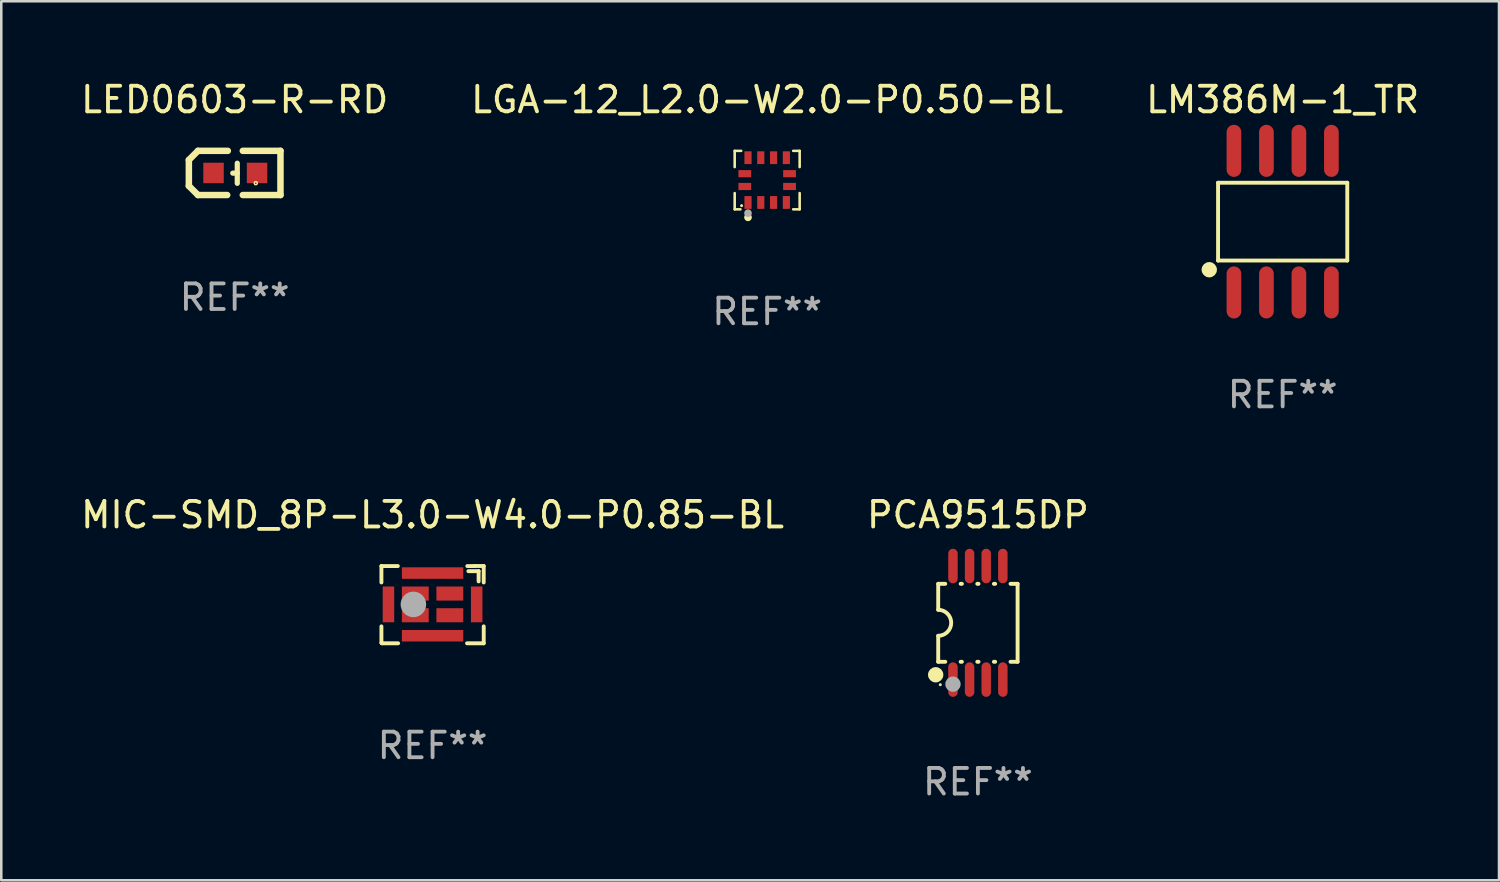
<source format=kicad_pcb>
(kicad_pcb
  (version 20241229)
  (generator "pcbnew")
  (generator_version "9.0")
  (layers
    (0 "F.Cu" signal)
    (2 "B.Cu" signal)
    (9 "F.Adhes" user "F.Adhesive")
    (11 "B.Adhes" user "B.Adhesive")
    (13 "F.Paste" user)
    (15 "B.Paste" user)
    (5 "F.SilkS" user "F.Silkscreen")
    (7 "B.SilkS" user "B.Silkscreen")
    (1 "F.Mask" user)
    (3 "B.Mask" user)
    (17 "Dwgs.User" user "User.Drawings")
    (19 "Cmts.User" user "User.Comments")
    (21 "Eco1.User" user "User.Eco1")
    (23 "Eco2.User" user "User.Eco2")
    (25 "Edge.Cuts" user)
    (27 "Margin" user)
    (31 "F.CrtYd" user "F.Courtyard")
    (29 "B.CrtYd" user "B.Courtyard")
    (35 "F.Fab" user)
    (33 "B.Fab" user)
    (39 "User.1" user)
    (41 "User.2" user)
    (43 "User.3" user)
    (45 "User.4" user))
  (footprint "MIC-SMD_8P-L3.0-W4.0-P0.85-BL"
    (layer "F.Cu")
    (at 13.863 20.591)
    (property "Reference" "MIC-SMD_8P-L3.0-W4.0-P0.85-BL" (at 0 -3.511 0) (layer "F.SilkS") (effects (font (size 1 1) (thickness 0.15))))
    (attr through_hole)
    (fp_line (start -2 -0.868) (end -2 -1.509) (stroke (width 0.152) (type solid)) (layer "F.SilkS"))
    (fp_line (start -2 1.491) (end -2 0.849) (stroke (width 0.152) (type solid)) (layer "F.SilkS"))
    (fp_line (start -1.98 1.511) (end -2 1.491) (stroke (width 0.152) (type solid)) (layer "F.SilkS"))
    (fp_line (start -1.358 -1.509) (end -2 -1.509) (stroke (width 0.152) (type solid)) (layer "F.SilkS"))
    (fp_line (start -1.347 1.511) (end -1.98 1.511) (stroke (width 0.152) (type solid)) (layer "F.SilkS"))
    (fp_line (start 1.4 -1.309) (end 1.8 -1.309) (stroke (width 0.152) (type solid)) (layer "F.SilkS"))
    (fp_line (start 1.638 -1.509) (end 1.358 -1.509) (stroke (width 0.152) (type solid)) (layer "F.SilkS"))
    (fp_line (start 1.8 -1.309) (end 1.8 -0.909) (stroke (width 0.152) (type solid)) (layer "F.SilkS"))
    (fp_line (start 1.999 -1.511) (end 1.638 -1.511) (stroke (width 0.152) (type solid)) (layer "F.SilkS"))
    (fp_line (start 1.999 -0.868) (end 1.999 -1.511) (stroke (width 0.152) (type solid)) (layer "F.SilkS"))
    (fp_line (start 2 1.511) (end 1.347 1.511) (stroke (width 0.152) (type solid)) (layer "F.SilkS"))
    (fp_line (start 2 1.511) (end 2 0.849) (stroke (width 0.152) (type solid)) (layer "F.SilkS"))
    (fp_circle (center 2 -1.509) (end 2.03 -1.509) (stroke (width 0.06) (type solid)) (fill no) (layer "F.SilkS"))
    (fp_circle (center -0.75 -0.009) (end -0.5 -0.009) (stroke (width 0.5) (type solid)) (fill no) (layer "F.Fab"))
    (fp_text user "REF**" (at 0 5.511 0) (layer "F.Fab") (effects (font (size 1 1) (thickness 0.15))))
    (pad "1" smd rect (at 0.675 -0.434) (size 1.05 0.55) (layers "F.Cu" "F.Mask" "F.Paste"))
    (pad "2" smd rect (at -0.675 -0.434) (size 1.05 0.55) (layers "F.Cu" "F.Mask" "F.Paste"))
    (pad "3" smd rect (at -0.675 0.415) (size 1.05 0.55) (layers "F.Cu" "F.Mask" "F.Paste"))
    (pad "4" smd rect (at 0.675 0.415) (size 1.05 0.55) (layers "F.Cu" "F.Mask" "F.Paste"))
    (pad "5" smd rect (at 1.725 -0.01) (size 0.45 1.4) (layers "F.Cu" "F.Mask" "F.Paste"))
    (pad "6" smd rect (at -0.000051 -1.235) (size 2.4 0.45) (layers "F.Cu" "F.Mask" "F.Paste"))
    (pad "7" smd rect (at -1.725 -0.01) (size 0.45 1.4) (layers "F.Cu" "F.Mask" "F.Paste"))
    (pad "8" smd rect (at -0.000051 1.216) (size 2.4 0.45) (layers "F.Cu" "F.Mask" "F.Paste")))
  (footprint "LGA-12_L2.0-W2.0-P0.50-BL"
    (layer "F.Cu")
    (at 26.946 3.991)
    (property "Reference" "LGA-12_L2.0-W2.0-P0.50-BL" (at 0 -3.143 0) (layer "F.SilkS") (effects (font (size 1 1) (thickness 0.15))))
    (attr through_hole)
    (fp_line (start -1.27 -1.143) (end -1.27 -0.508) (stroke (width 0.1) (type solid)) (layer "F.SilkS"))
    (fp_line (start -1.27 0.508) (end -1.27 1.143) (stroke (width 0.1) (type solid)) (layer "F.SilkS"))
    (fp_line (start -1.27 1.143) (end -1.044 1.143) (stroke (width 0.1) (type solid)) (layer "F.SilkS"))
    (fp_line (start -1.016 -1.143) (end -1.27 -1.143) (stroke (width 0.1) (type solid)) (layer "F.SilkS"))
    (fp_line (start 1.016 -1.143) (end 1.27 -1.143) (stroke (width 0.1) (type solid)) (layer "F.SilkS"))
    (fp_line (start 1.27 -1.143) (end 1.27 -0.508) (stroke (width 0.1) (type solid)) (layer "F.SilkS"))
    (fp_line (start 1.27 0.508) (end 1.27 1.143) (stroke (width 0.1) (type solid)) (layer "F.SilkS"))
    (fp_line (start 1.27 1.143) (end 1.016 1.143) (stroke (width 0.1) (type solid)) (layer "F.SilkS"))
    (fp_circle (center -1 1) (end -0.97 1) (stroke (width 0.06) (type solid)) (fill no) (layer "F.SilkS"))
    (fp_circle (center -0.75 1.457) (end -0.675 1.457) (stroke (width 0.15) (type solid)) (fill no) (layer "F.SilkS"))
    (fp_circle (center -0.75 1.293) (end -0.675 1.293) (stroke (width 0.15) (type solid)) (fill no) (layer "F.Fab"))
    (fp_text user "REF**" (at 0 5.143 0) (layer "F.Fab") (effects (font (size 1 1) (thickness 0.15))))
    (pad "1" smd rect (at -0.75 0.875) (size 0.28 0.5) (layers "F.Cu" "F.Mask" "F.Paste"))
    (pad "2" smd rect (at -0.25 0.875) (size 0.28 0.5) (layers "F.Cu" "F.Mask" "F.Paste"))
    (pad "3" smd rect (at 0.25 0.875) (size 0.28 0.5) (layers "F.Cu" "F.Mask" "F.Paste"))
    (pad "4" smd rect (at 0.75 0.875) (size 0.28 0.5) (layers "F.Cu" "F.Mask" "F.Paste"))
    (pad "5" smd rect (at 0.875 0.25) (size 0.5 0.28) (layers "F.Cu" "F.Mask" "F.Paste"))
    (pad "6" smd rect (at 0.875 -0.25) (size 0.5 0.28) (layers "F.Cu" "F.Mask" "F.Paste"))
    (pad "7" smd rect (at 0.75 -0.875) (size 0.28 0.5) (layers "F.Cu" "F.Mask" "F.Paste"))
    (pad "8" smd rect (at 0.25 -0.875) (size 0.28 0.5) (layers "F.Cu" "F.Mask" "F.Paste"))
    (pad "9" smd rect (at -0.25 -0.875) (size 0.28 0.5) (layers "F.Cu" "F.Mask" "F.Paste"))
    (pad "10" smd rect (at -0.75 -0.875) (size 0.28 0.5) (layers "F.Cu" "F.Mask" "F.Paste"))
    (pad "11" smd rect (at -0.875 -0.25) (size 0.5 0.28) (layers "F.Cu" "F.Mask" "F.Paste"))
    (pad "12" smd rect (at -0.875 0.25) (size 0.5 0.28) (layers "F.Cu" "F.Mask" "F.Paste")))
  (footprint "PCA9515DP"
    (layer "F.Cu")
    (at 35.185 21.301)
    (property "Reference" "PCA9515DP" (at 0 -4.22 0) (layer "F.SilkS") (effects (font (size 1 1) (thickness 0.15))))
    (attr through_hole)
    (fp_line (start -1.552 -1.524) (end -1.276 -1.524) (stroke (width 0.152) (type solid)) (layer "F.SilkS"))
    (fp_line (start -1.552 -0.508) (end -1.552 -1.524) (stroke (width 0.152) (type solid)) (layer "F.SilkS"))
    (fp_line (start -1.552 1.524) (end -1.552 0.508) (stroke (width 0.152) (type solid)) (layer "F.SilkS"))
    (fp_line (start -1.552 1.524) (end -1.276 1.524) (stroke (width 0.152) (type solid)) (layer "F.SilkS"))
    (fp_line (start -0.674 -1.524) (end -0.626 -1.524) (stroke (width 0.152) (type solid)) (layer "F.SilkS"))
    (fp_line (start -0.674 1.524) (end -0.626 1.524) (stroke (width 0.152) (type solid)) (layer "F.SilkS"))
    (fp_line (start -0.024 -1.524) (end 0.024 -1.524) (stroke (width 0.152) (type solid)) (layer "F.SilkS"))
    (fp_line (start -0.024 1.524) (end 0.024 1.524) (stroke (width 0.152) (type solid)) (layer "F.SilkS"))
    (fp_line (start 0.626 -1.524) (end 0.674 -1.524) (stroke (width 0.152) (type solid)) (layer "F.SilkS"))
    (fp_line (start 0.626 1.524) (end 0.674 1.524) (stroke (width 0.152) (type solid)) (layer "F.SilkS"))
    (fp_line (start 1.276 1.524) (end 1.552 1.524) (stroke (width 0.152) (type solid)) (layer "F.SilkS"))
    (fp_line (start 1.276 -1.524) (end 1.552 -1.524) (stroke (width 0.152) (type solid)) (layer "F.SilkS"))
    (fp_line (start 1.552 -1.524) (end 1.552 1.524) (stroke (width 0.152) (type solid)) (layer "F.SilkS"))
    (fp_arc (start -1.551943 -0.508001) (mid -1.043942 0) (end -1.551943 0.508001) (stroke (width 0.151994) (type solid)) (layer "F.SilkS"))
    (fp_circle (center -1.651 2.032) (end -1.501 2.032) (stroke (width 0.3) (type solid)) (fill no) (layer "F.SilkS"))
    (fp_circle (center -1.47 2.42) (end -1.44 2.42) (stroke (width 0.06) (type solid)) (fill no) (layer "F.SilkS"))
    (fp_circle (center -0.975 2.4) (end -0.825 2.4) (stroke (width 0.3) (type solid)) (fill no) (layer "F.Fab"))
    (fp_text user "REF**" (at 0 6.22 0) (layer "F.Fab") (effects (font (size 1 1) (thickness 0.15))))
    (pad "1" smd oval (at -0.975 2.22) (size 0.37 1.35) (layers "F.Cu" "F.Mask" "F.Paste"))
    (pad "2" smd oval (at -0.325 2.22) (size 0.37 1.35) (layers "F.Cu" "F.Mask" "F.Paste"))
    (pad "3" smd oval (at 0.325 2.22) (size 0.37 1.35) (layers "F.Cu" "F.Mask" "F.Paste"))
    (pad "4" smd oval (at 0.975 2.22) (size 0.37 1.35) (layers "F.Cu" "F.Mask" "F.Paste"))
    (pad "5" smd oval (at 0.975 -2.22) (size 0.37 1.35) (layers "F.Cu" "F.Mask" "F.Paste"))
    (pad "6" smd oval (at 0.325 -2.22) (size 0.37 1.35) (layers "F.Cu" "F.Mask" "F.Paste"))
    (pad "7" smd oval (at -0.325 -2.22) (size 0.37 1.35) (layers "F.Cu" "F.Mask" "F.Paste"))
    (pad "8" smd oval (at -0.975 -2.22) (size 0.37 1.35) (layers "F.Cu" "F.Mask" "F.Paste")))
  (footprint "LED0603-R-RD"
    (layer "F.Cu")
    (at 6.125 3.712)
    (property "Reference" "LED0603-R-RD" (at 0 -2.864 0) (layer "F.SilkS") (effects (font (size 1 1) (thickness 0.15))))
    (attr through_hole)
    (fp_line (start -1.791 -0.508) (end -1.435 -0.864) (stroke (width 0.254) (type solid)) (layer "F.SilkS"))
    (fp_line (start -1.791 0.508) (end -1.791 -0.508) (stroke (width 0.254) (type solid)) (layer "F.SilkS"))
    (fp_line (start -1.435 0.864) (end -1.791 0.508) (stroke (width 0.254) (type solid)) (layer "F.SilkS"))
    (fp_line (start -0.292 0.864) (end -1.435 0.864) (stroke (width 0.254) (type solid)) (layer "F.SilkS"))
    (fp_line (start -0.267 -0.864) (end -1.435 -0.864) (stroke (width 0.254) (type solid)) (layer "F.SilkS"))
    (fp_line (start 0.102 0.008) (end -0.074 0.008) (stroke (width 0.203) (type solid)) (layer "F.SilkS"))
    (fp_line (start 0.102 0.406) (end 0.102 -0.381) (stroke (width 0.203) (type solid)) (layer "F.SilkS"))
    (fp_line (start 1.791 -0.864) (end 0.318 -0.864) (stroke (width 0.254) (type solid)) (layer "F.SilkS"))
    (fp_line (start 1.791 0.864) (end 0.318 0.864) (stroke (width 0.254) (type solid)) (layer "F.SilkS"))
    (fp_line (start 1.791 0.864) (end 1.791 -0.864) (stroke (width 0.254) (type solid)) (layer "F.SilkS"))
    (fp_circle (center 0.826 0.4) (end 0.855 0.4) (stroke (width 0.06) (type solid)) (fill no) (layer "F.SilkS"))
    (fp_text user "REF**" (at 0 4.864 0) (layer "F.Fab") (effects (font (size 1 1) (thickness 0.15))))
    (pad "1" smd rect (at 0.876 0 90) (size 0.8 0.8) (layers "F.Cu" "F.Mask" "F.Paste"))
    (pad "2" smd rect (at -0.826 0 90) (size 0.8 0.8) (layers "F.Cu" "F.Mask" "F.Paste")))
  (footprint "LM386M-1_TR"
    (layer "F.Cu")
    (at 47.101 5.616)
    (property "Reference" "LM386M-1_TR" (at 0 -4.768 0) (layer "F.SilkS") (effects (font (size 1 1) (thickness 0.15))))
    (attr through_hole)
    (fp_line (start -2.526 -1.521) (end 2.526 -1.521) (stroke (width 0.152) (type solid)) (layer "F.SilkS"))
    (fp_line (start -2.526 1.521) (end -2.526 -1.521) (stroke (width 0.152) (type solid)) (layer "F.SilkS"))
    (fp_line (start 2.526 -1.521) (end 2.526 1.521) (stroke (width 0.152) (type solid)) (layer "F.SilkS"))
    (fp_line (start 2.526 1.521) (end -2.526 1.521) (stroke (width 0.152) (type solid)) (layer "F.SilkS"))
    (fp_circle (center -2.87 1.88) (end -2.72 1.88) (stroke (width 0.3) (type solid)) (fill no) (layer "F.SilkS"))
    (fp_text user "REF**" (at 0 6.768 0) (layer "F.Fab") (effects (font (size 1 1) (thickness 0.15))))
    (pad "1" smd oval (at -1.905 2.768) (size 0.574 2.036) (layers "F.Cu" "F.Mask" "F.Paste"))
    (pad "2" smd oval (at -0.635 2.768) (size 0.574 2.036) (layers "F.Cu" "F.Mask" "F.Paste"))
    (pad "3" smd oval (at 0.635 2.768) (size 0.574 2.036) (layers "F.Cu" "F.Mask" "F.Paste"))
    (pad "4" smd oval (at 1.905 2.768) (size 0.574 2.036) (layers "F.Cu" "F.Mask" "F.Paste"))
    (pad "5" smd oval (at 1.905 -2.768) (size 0.574 2.036) (layers "F.Cu" "F.Mask" "F.Paste"))
    (pad "6" smd oval (at 0.635 -2.768) (size 0.574 2.036) (layers "F.Cu" "F.Mask" "F.Paste"))
    (pad "7" smd oval (at -0.635 -2.768) (size 0.574 2.036) (layers "F.Cu" "F.Mask" "F.Paste"))
    (pad "8" smd oval (at -1.905 -2.768) (size 0.574 2.036) (layers "F.Cu" "F.Mask" "F.Paste")))
  (gr_rect
    (start -3 -3)
    (end 55.56 31.369)
    (stroke (width 0.1) (type default))
    (fill no)
    (layer "Edge.Cuts")))
</source>
